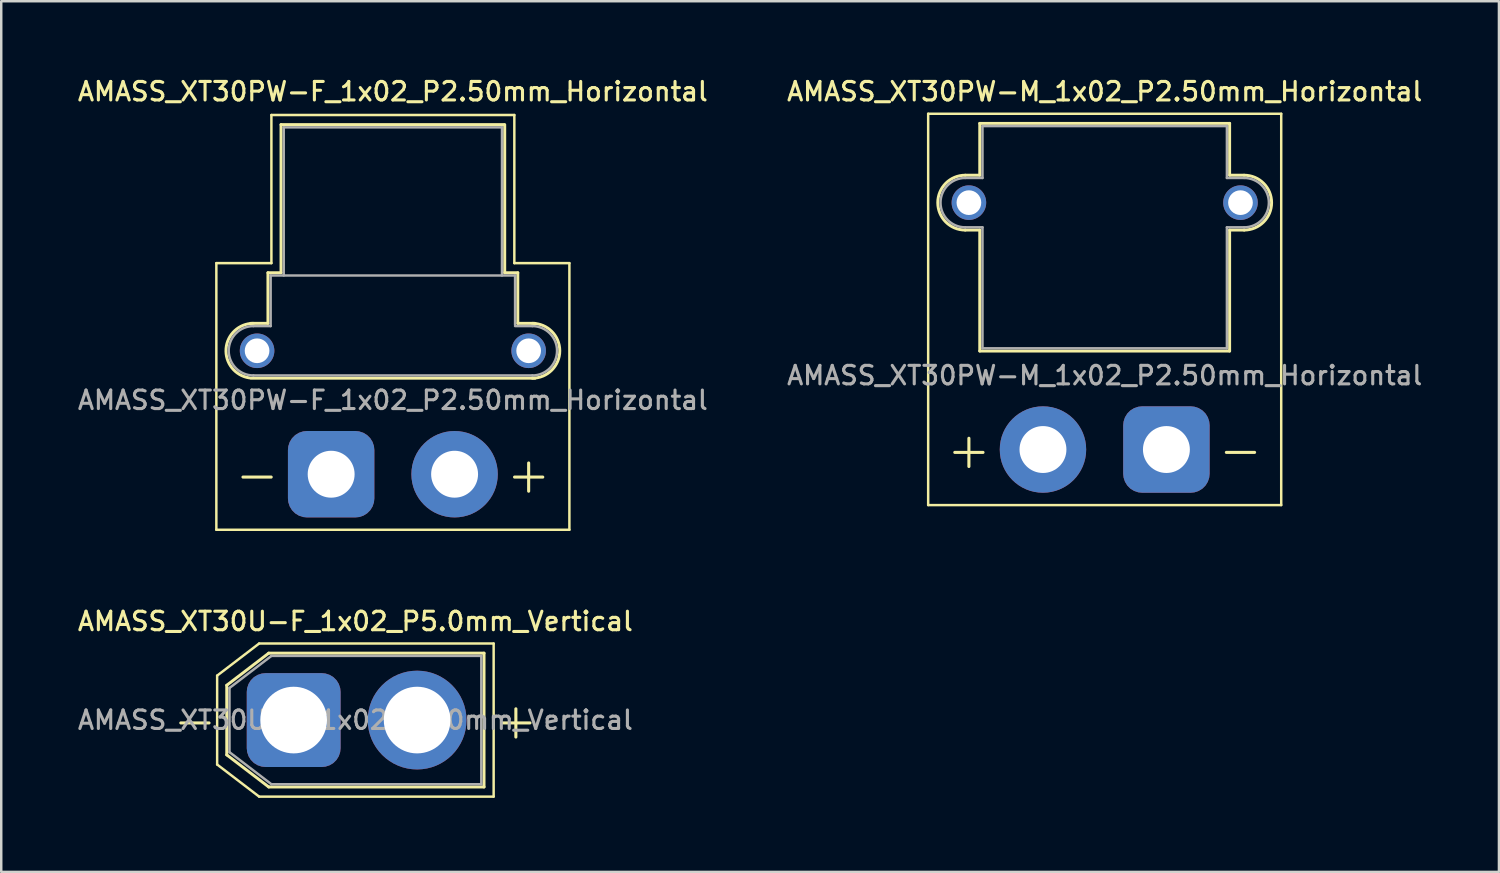
<source format=kicad_pcb>
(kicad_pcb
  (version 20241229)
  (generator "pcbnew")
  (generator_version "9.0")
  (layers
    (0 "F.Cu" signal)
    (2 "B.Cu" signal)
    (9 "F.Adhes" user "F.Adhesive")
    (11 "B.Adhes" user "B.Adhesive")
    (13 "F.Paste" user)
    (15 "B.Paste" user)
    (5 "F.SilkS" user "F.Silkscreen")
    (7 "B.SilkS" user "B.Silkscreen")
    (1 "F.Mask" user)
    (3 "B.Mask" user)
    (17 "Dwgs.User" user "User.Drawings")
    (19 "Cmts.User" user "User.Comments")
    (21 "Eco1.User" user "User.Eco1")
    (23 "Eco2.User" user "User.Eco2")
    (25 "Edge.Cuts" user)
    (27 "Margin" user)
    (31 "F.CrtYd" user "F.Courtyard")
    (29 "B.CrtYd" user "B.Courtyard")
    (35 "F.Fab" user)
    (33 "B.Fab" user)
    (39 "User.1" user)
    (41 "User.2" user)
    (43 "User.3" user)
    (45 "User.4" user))
  (footprint "AMASS_XT30PW-F_1x02_P2.50mm_Horizontal"
    (layer "F.Cu")
    (at 10.363 16.158)
    (property "Reference" "AMASS_XT30PW-F_1x02_P2.50mm_Horizontal" (at 2.5 -15.5 0) (layer "F.SilkS") (effects (font (size 0.75 0.75) (thickness 0.125))))
    (attr through_hole)
    (fp_line (start -4.65 -8.55) (end -4.65 2.25) (stroke (width 0.1) (type solid)) (layer "F.SilkS"))
    (fp_line (start -4.65 -8.55) (end -2.42 -8.55) (stroke (width 0.1) (type solid)) (layer "F.SilkS"))
    (fp_line (start -4.65 2.25) (end 9.65 2.25) (stroke (width 0.1) (type solid)) (layer "F.SilkS"))
    (fp_line (start -3.26 -6.11) (end -2.56 -6.11) (stroke (width 0.12) (type solid)) (layer "F.SilkS"))
    (fp_line (start -3.26 -3.89) (end 8.26 -3.89) (stroke (width 0.12) (type solid)) (layer "F.SilkS"))
    (fp_line (start -2.56 -8.16) (end -2.56 -6.11) (stroke (width 0.12) (type solid)) (layer "F.SilkS"))
    (fp_line (start -2.56 -8.16) (end -2.03 -8.16) (stroke (width 0.12) (type solid)) (layer "F.SilkS"))
    (fp_line (start -2.42 -14.55) (end -2.42 -8.55) (stroke (width 0.1) (type solid)) (layer "F.SilkS"))
    (fp_line (start -2.42 -14.55) (end 7.42 -14.55) (stroke (width 0.1) (type solid)) (layer "F.SilkS"))
    (fp_line (start -2.03 -14.16) (end -2.03 -8.16) (stroke (width 0.12) (type solid)) (layer "F.SilkS"))
    (fp_line (start -2.03 -14.16) (end 7 -14.16) (stroke (width 0.12) (type solid)) (layer "F.SilkS"))
    (fp_line (start 7.03 -14.16) (end 7.03 -8.16) (stroke (width 0.12) (type solid)) (layer "F.SilkS"))
    (fp_line (start 7.03 -8.16) (end 7.56 -8.16) (stroke (width 0.12) (type solid)) (layer "F.SilkS"))
    (fp_line (start 7.42 -14.55) (end 7.42 -8.55) (stroke (width 0.1) (type solid)) (layer "F.SilkS"))
    (fp_line (start 7.42 -8.55) (end 9.65 -8.55) (stroke (width 0.1) (type solid)) (layer "F.SilkS"))
    (fp_line (start 7.56 -8.16) (end 7.56 -6.11) (stroke (width 0.12) (type solid)) (layer "F.SilkS"))
    (fp_line (start 7.56 -6.11) (end 8.26 -6.11) (stroke (width 0.12) (type solid)) (layer "F.SilkS"))
    (fp_line (start 9.65 -8.55) (end 9.65 2.25) (stroke (width 0.1) (type solid)) (layer "F.SilkS"))
    (fp_arc (start -3.321729 -3.903365) (mid -4.256653 -5.086124) (end -3.15 -6.11) (stroke (width 0.12) (type solid)) (layer "F.SilkS"))
    (fp_arc (start 8.15 -6.11) (mid 9.26 -5) (end 8.15 -3.89) (stroke (width 0.12) (type solid)) (layer "F.SilkS"))
    (fp_line (start -3.15 -6) (end -2.45 -6) (stroke (width 0.1) (type solid)) (layer "F.Fab"))
    (fp_line (start -3.15 -4) (end 8.15 -4) (stroke (width 0.1) (type solid)) (layer "F.Fab"))
    (fp_line (start -2.45 -8.05) (end -2.45 -6) (stroke (width 0.1) (type solid)) (layer "F.Fab"))
    (fp_line (start -2.45 -8.05) (end 7.45 -8.05) (stroke (width 0.1) (type solid)) (layer "F.Fab"))
    (fp_line (start -1.92 -14.05) (end -1.92 -8.05) (stroke (width 0.1) (type solid)) (layer "F.Fab"))
    (fp_line (start -1.92 -14.05) (end 6.92 -14.05) (stroke (width 0.1) (type solid)) (layer "F.Fab"))
    (fp_line (start 6.92 -14.05) (end 6.92 -8.05) (stroke (width 0.1) (type solid)) (layer "F.Fab"))
    (fp_line (start 7.45 -8.05) (end 7.45 -6.05) (stroke (width 0.1) (type solid)) (layer "F.Fab"))
    (fp_line (start 7.45 -6) (end 8.15 -6) (stroke (width 0.1) (type solid)) (layer "F.Fab"))
    (fp_arc (start -3.15 -4) (mid -4.15 -5) (end -3.15 -6) (stroke (width 0.1) (type solid)) (layer "F.Fab"))
    (fp_arc (start 8.15 -6) (mid 9.15 -5) (end 8.15 -4) (stroke (width 0.1) (type solid)) (layer "F.Fab"))
    (fp_text user "-" (at -3 0 0) (layer "F.SilkS") (effects (font (size 1.5 1.5) (thickness 0.125))))
    (fp_text user "+" (at 8 0 0) (layer "F.SilkS") (effects (font (size 1.5 1.5) (thickness 0.125))))
    (fp_text user "${REFERENCE}" (at 2.5 -3 0) (layer "F.Fab") (effects (font (size 0.75 0.75) (thickness 0.125))))
    (pad "" thru_hole circle (at -3 -5 90) (size 1.4 1.4) (drill 1) (layers "*.Cu" "*.Mask"))
    (pad "" thru_hole circle (at 8 -5) (size 1.4 1.4) (drill 1) (layers "*.Cu" "*.Mask"))
    (pad "1" thru_hole roundrect (at 0 0) (size 3.5 3.5) (drill 1.9) (layers "*.Cu" "*.Mask") (roundrect_rratio 0.22))
    (pad "2" thru_hole circle (at 5 0) (size 3.5 3.5) (drill 1.9) (layers "*.Cu" "*.Mask")))
  (footprint "AMASS_XT30PW-M_1x02_P2.50mm_Horizontal"
    (layer "F.Cu")
    (at 44.195 15.158)
    (property "Reference" "AMASS_XT30PW-M_1x02_P2.50mm_Horizontal" (at -2.5 -14.5 0) (layer "F.SilkS") (effects (font (size 0.75 0.75) (thickness 0.125))))
    (attr through_hole)
    (fp_line (start -9.65 -13.6) (end -9.65 2.25) (stroke (width 0.1) (type solid)) (layer "F.SilkS"))
    (fp_line (start -9.65 -13.6) (end 4.65 -13.6) (stroke (width 0.1) (type solid)) (layer "F.SilkS"))
    (fp_line (start -9.65 2.25) (end 4.65 2.25) (stroke (width 0.1) (type solid)) (layer "F.SilkS"))
    (fp_line (start -8.15 -11.11) (end -7.56 -11.11) (stroke (width 0.12) (type solid)) (layer "F.SilkS"))
    (fp_line (start -8.15 -8.89) (end -7.56 -8.89) (stroke (width 0.12) (type solid)) (layer "F.SilkS"))
    (fp_line (start -7.56 -13.21) (end -7.56 -11.11) (stroke (width 0.12) (type solid)) (layer "F.SilkS"))
    (fp_line (start -7.56 -13.21) (end 2.56 -13.21) (stroke (width 0.12) (type solid)) (layer "F.SilkS"))
    (fp_line (start -7.56 -8.89) (end -7.56 -3.99) (stroke (width 0.12) (type solid)) (layer "F.SilkS"))
    (fp_line (start -7.56 -3.99) (end 2.56 -3.99) (stroke (width 0.12) (type solid)) (layer "F.SilkS"))
    (fp_line (start 2.56 -13.21) (end 2.56 -11.11) (stroke (width 0.12) (type solid)) (layer "F.SilkS"))
    (fp_line (start 2.56 -11.11) (end 3.15 -11.11) (stroke (width 0.12) (type solid)) (layer "F.SilkS"))
    (fp_line (start 2.56 -8.89) (end 2.56 -3.99) (stroke (width 0.12) (type solid)) (layer "F.SilkS"))
    (fp_line (start 2.56 -8.89) (end 3.15 -8.89) (stroke (width 0.12) (type solid)) (layer "F.SilkS"))
    (fp_line (start 4.65 -13.6) (end 4.65 2.25) (stroke (width 0.1) (type solid)) (layer "F.SilkS"))
    (fp_arc (start -8.15 -8.89) (mid -9.26 -10) (end -8.15 -11.11) (stroke (width 0.12) (type solid)) (layer "F.SilkS"))
    (fp_arc (start 3.15 -11.11) (mid 4.26 -10) (end 3.15 -8.89) (stroke (width 0.12) (type solid)) (layer "F.SilkS"))
    (fp_line (start -8.15 -11) (end -7.45 -11) (stroke (width 0.1) (type solid)) (layer "F.Fab"))
    (fp_line (start -8.15 -9) (end -7.45 -9) (stroke (width 0.1) (type solid)) (layer "F.Fab"))
    (fp_line (start -7.45 -13.1) (end -7.45 -11) (stroke (width 0.1) (type solid)) (layer "F.Fab"))
    (fp_line (start -7.45 -13.1) (end 2.45 -13.1) (stroke (width 0.1) (type solid)) (layer "F.Fab"))
    (fp_line (start -7.45 -9) (end -7.45 -4.1) (stroke (width 0.1) (type solid)) (layer "F.Fab"))
    (fp_line (start -7.45 -4.1) (end 2.45 -4.1) (stroke (width 0.1) (type solid)) (layer "F.Fab"))
    (fp_line (start 2.45 -13.1) (end 2.45 -11) (stroke (width 0.1) (type solid)) (layer "F.Fab"))
    (fp_line (start 2.45 -11) (end 3.15 -11) (stroke (width 0.1) (type solid)) (layer "F.Fab"))
    (fp_line (start 2.45 -9) (end 2.45 -4.1) (stroke (width 0.1) (type solid)) (layer "F.Fab"))
    (fp_line (start 2.45 -9) (end 3.15 -9) (stroke (width 0.1) (type solid)) (layer "F.Fab"))
    (fp_arc (start -8.15 -9) (mid -9.15 -10) (end -8.15 -11) (stroke (width 0.1) (type solid)) (layer "F.Fab"))
    (fp_arc (start 3.15 -11) (mid 4.15 -10) (end 3.15 -9) (stroke (width 0.1) (type solid)) (layer "F.Fab"))
    (fp_text user "-" (at 3 0 0) (layer "F.SilkS") (effects (font (size 1.5 1.5) (thickness 0.125))))
    (fp_text user "+" (at -8 0 0) (layer "F.SilkS") (effects (font (size 1.5 1.5) (thickness 0.125))))
    (fp_text user "${REFERENCE}" (at -2.5 -3 0) (layer "F.Fab") (effects (font (size 0.75 0.75) (thickness 0.125))))
    (pad "" thru_hole circle (at -8 -10) (size 1.4 1.4) (drill 1) (layers "*.Cu" "*.Mask"))
    (pad "" thru_hole circle (at 3 -10) (size 1.4 1.4) (drill 1) (layers "*.Cu" "*.Mask"))
    (pad "1" thru_hole roundrect (at 0 0) (size 3.5 3.5) (drill 1.9) (layers "*.Cu" "*.Mask") (roundrect_rratio 0.22))
    (pad "2" thru_hole circle (at -5 0) (size 3.5 3.5) (drill 1.9) (layers "*.Cu" "*.Mask")))
  (footprint "AMASS_XT30U-F_1x02_P5.0mm_Vertical"
    (layer "F.Cu")
    (at 8.845 26.116)
    (property "Reference" "AMASS_XT30U-F_1x02_P5.0mm_Vertical" (at 2.5 -4 0) (layer "F.SilkS") (effects (font (size 0.75 0.75) (thickness 0.125))))
    (attr through_hole)
    (fp_line (start -3.1 -1.8) (end -3.1 1.8) (stroke (width 0.1) (type solid)) (layer "F.SilkS"))
    (fp_line (start -3.1 -1.8) (end -1.4 -3.1) (stroke (width 0.1) (type solid)) (layer "F.SilkS"))
    (fp_line (start -3.1 1.8) (end -1.4 3.1) (stroke (width 0.1) (type solid)) (layer "F.SilkS"))
    (fp_line (start -2.71 -1.41) (end -2.71 1.41) (stroke (width 0.12) (type solid)) (layer "F.SilkS"))
    (fp_line (start -2.71 -1.41) (end -1.01 -2.71) (stroke (width 0.12) (type solid)) (layer "F.SilkS"))
    (fp_line (start -2.71 1.41) (end -1.01 2.71) (stroke (width 0.12) (type solid)) (layer "F.SilkS"))
    (fp_line (start -1.4 -3.1) (end 8.1 -3.1) (stroke (width 0.1) (type solid)) (layer "F.SilkS"))
    (fp_line (start -1.4 3.1) (end 8.1 3.1) (stroke (width 0.1) (type solid)) (layer "F.SilkS"))
    (fp_line (start -1.01 -2.71) (end 7.71 -2.71) (stroke (width 0.12) (type solid)) (layer "F.SilkS"))
    (fp_line (start -1.01 2.71) (end 7.71 2.71) (stroke (width 0.12) (type solid)) (layer "F.SilkS"))
    (fp_line (start 7.71 -2.71) (end 7.71 2.71) (stroke (width 0.12) (type solid)) (layer "F.SilkS"))
    (fp_line (start 8.1 -3.1) (end 8.1 3.1) (stroke (width 0.1) (type solid)) (layer "F.SilkS"))
    (fp_line (start -2.6 -1.3) (end -2.6 1.3) (stroke (width 0.1) (type solid)) (layer "F.Fab"))
    (fp_line (start -2.6 -1.3) (end -0.9 -2.6) (stroke (width 0.1) (type solid)) (layer "F.Fab"))
    (fp_line (start -2.6 1.3) (end -0.9 2.6) (stroke (width 0.1) (type solid)) (layer "F.Fab"))
    (fp_line (start -0.9 -2.6) (end 7.6 -2.6) (stroke (width 0.1) (type solid)) (layer "F.Fab"))
    (fp_line (start -0.9 2.6) (end 7.6 2.6) (stroke (width 0.1) (type solid)) (layer "F.Fab"))
    (fp_line (start 7.6 -2.6) (end 7.6 2.6) (stroke (width 0.1) (type solid)) (layer "F.Fab"))
    (fp_text user "+" (at 9 0 0) (layer "F.SilkS") (effects (font (size 1.5 1.5) (thickness 0.125))))
    (fp_text user "-" (at -4 0 0) (layer "F.SilkS") (effects (font (size 1.5 1.5) (thickness 0.125))))
    (fp_text user "${REFERENCE}" (at 2.5 0 0) (layer "F.Fab") (effects (font (size 0.75 0.75) (thickness 0.125))))
    (pad "1" thru_hole roundrect (at 0 0) (size 3.8 3.8) (drill 2.7) (layers "*.Cu" "*.Mask") (roundrect_rratio 0.2))
    (pad "2" thru_hole circle (at 5 0) (size 4 4) (drill 2.7) (layers "*.Cu" "*.Mask")))
  (gr_rect
    (start -3 -3)
    (end 57.664 32.266)
    (stroke (width 0.1) (type default))
    (fill no)
    (layer "Edge.Cuts")))
</source>
